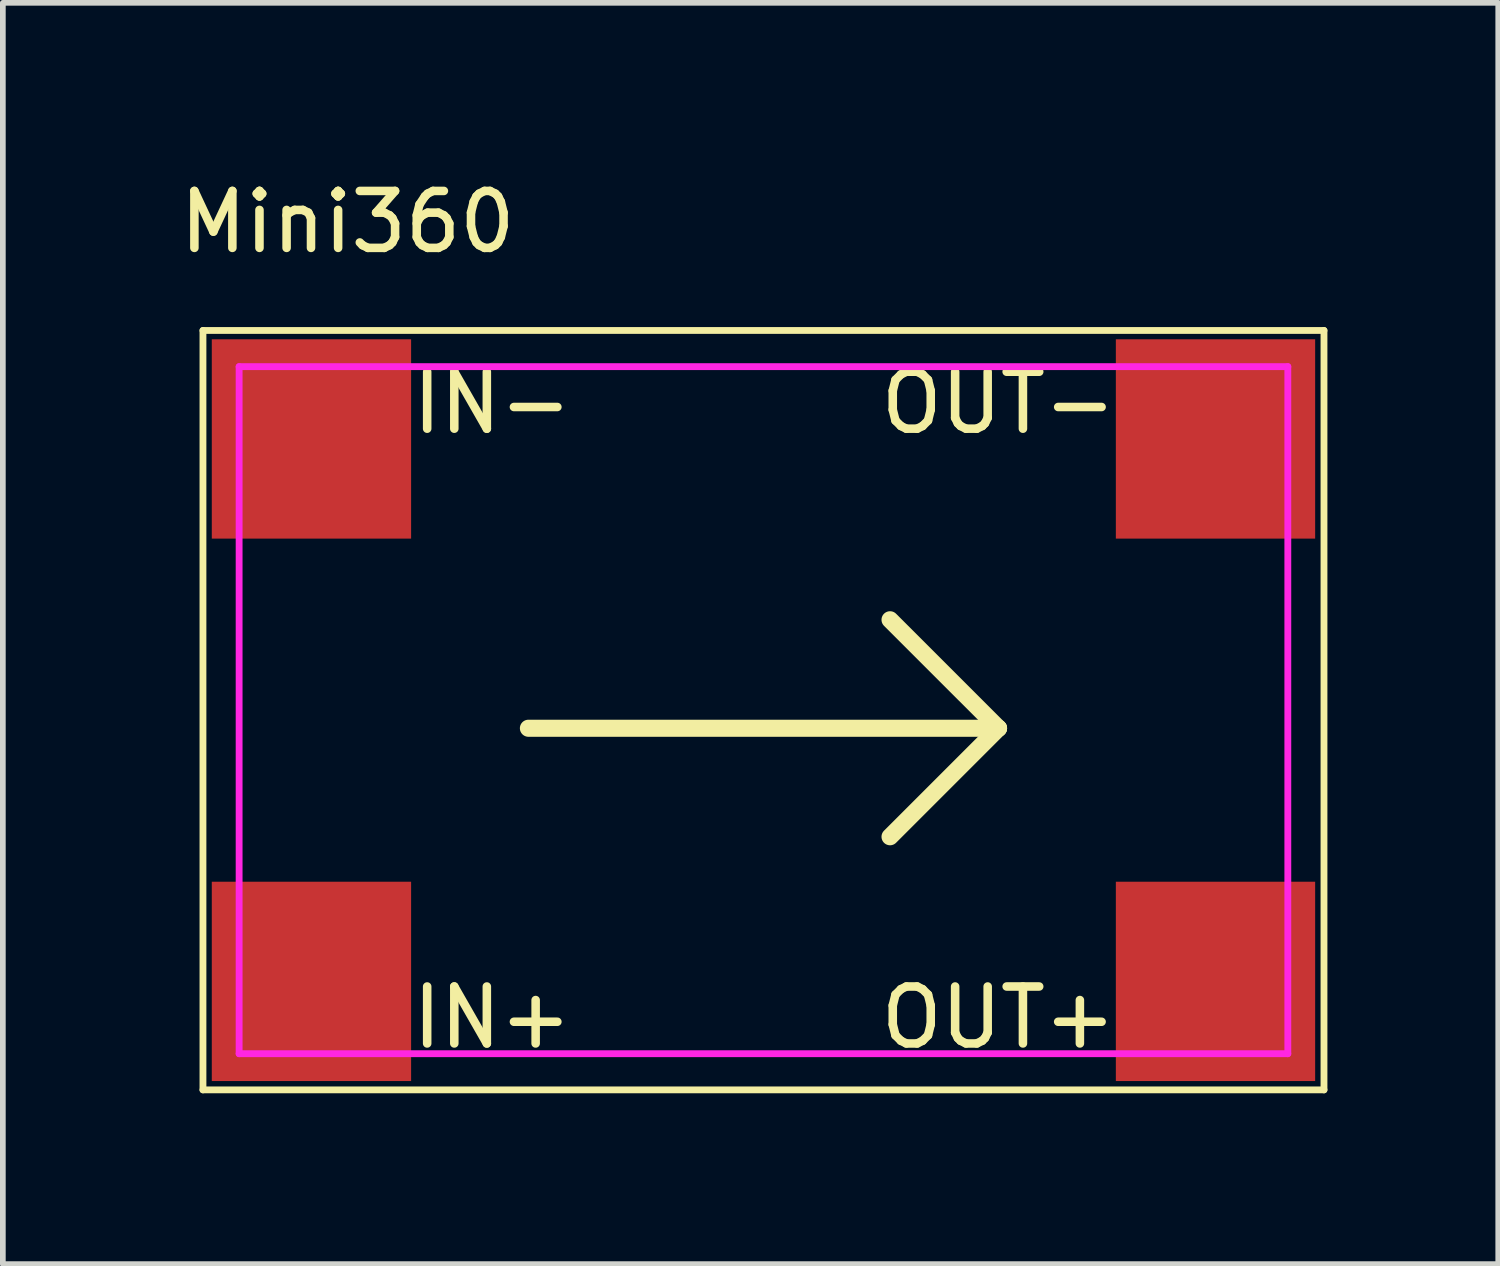
<source format=kicad_pcb>
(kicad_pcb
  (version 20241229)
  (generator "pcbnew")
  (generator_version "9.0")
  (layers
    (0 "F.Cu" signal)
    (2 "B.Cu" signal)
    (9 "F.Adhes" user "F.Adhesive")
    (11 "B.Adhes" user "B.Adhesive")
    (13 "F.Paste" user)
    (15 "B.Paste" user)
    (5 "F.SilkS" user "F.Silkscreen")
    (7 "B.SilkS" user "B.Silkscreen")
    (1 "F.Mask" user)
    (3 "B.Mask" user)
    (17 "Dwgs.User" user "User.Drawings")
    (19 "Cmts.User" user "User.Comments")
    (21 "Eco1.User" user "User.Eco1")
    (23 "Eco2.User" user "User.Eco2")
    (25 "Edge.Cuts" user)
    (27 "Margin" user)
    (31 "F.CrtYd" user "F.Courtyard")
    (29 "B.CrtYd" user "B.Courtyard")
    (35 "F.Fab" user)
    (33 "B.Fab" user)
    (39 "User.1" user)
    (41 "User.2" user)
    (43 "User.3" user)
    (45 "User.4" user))
  (footprint "Mini360"
    (layer "F.Cu")
    (at 1.149 3.388)
    (property "Reference" "Mini360" (at 1.905 -2.54 0) (layer "F.SilkS") (effects (font (size 1 1) (thickness 0.15))))
    (attr through_hole)
    (fp_line (start -0.635 -0.635) (end -0.635 12.7) (stroke (width 0.12) (type solid)) (layer "F.SilkS"))
    (fp_line (start -0.635 -0.635) (end 19.05 -0.635) (stroke (width 0.12) (type solid)) (layer "F.SilkS"))
    (fp_line (start 5.08 6.35) (end 13.335 6.35) (stroke (width 0.3) (type solid)) (layer "F.SilkS"))
    (fp_line (start 11.43 4.445) (end 13.335 6.35) (stroke (width 0.12) (type solid)) (layer "F.SilkS"))
    (fp_line (start 13.335 6.35) (end 11.43 4.445) (stroke (width 0.3) (type solid)) (layer "F.SilkS"))
    (fp_line (start 13.335 6.35) (end 11.43 8.255) (stroke (width 0.3) (type solid)) (layer "F.SilkS"))
    (fp_line (start 19.05 -0.635) (end 19.05 12.7) (stroke (width 0.12) (type solid)) (layer "F.SilkS"))
    (fp_line (start 19.05 12.7) (end -0.635 12.7) (stroke (width 0.12) (type solid)) (layer "F.SilkS"))
    (fp_line (start 0 0) (end 0 12.065) (stroke (width 0.12) (type solid)) (layer "F.CrtYd"))
    (fp_line (start 0 12.065) (end 18.415 12.065) (stroke (width 0.12) (type solid)) (layer "F.CrtYd"))
    (fp_line (start 18.415 0) (end 0 0) (stroke (width 0.12) (type solid)) (layer "F.CrtYd"))
    (fp_line (start 18.415 12.065) (end 18.415 0) (stroke (width 0.12) (type solid)) (layer "F.CrtYd"))
    (fp_text user "OUT+" (at 13.335 11.43 0) (layer "F.SilkS") (effects (font (size 1 1) (thickness 0.15))))
    (fp_text user "IN-" (at 4.445 0.635 0) (layer "F.SilkS") (effects (font (size 1 1) (thickness 0.15))))
    (fp_text user "IN+" (at 4.445 11.43 0) (layer "F.SilkS") (effects (font (size 1 1) (thickness 0.15))))
    (fp_text user "OUT-" (at 13.335 0.635 0) (layer "F.SilkS") (effects (font (size 1 1) (thickness 0.15))))
    (pad "1" smd rect (at 1.27 10.795) (size 3.5 3.5) (layers "F.Cu" "F.Mask" "F.Paste"))
    (pad "2" smd rect (at 1.27 1.27) (size 3.5 3.5) (layers "F.Cu" "F.Mask" "F.Paste"))
    (pad "2" smd rect (at 17.145 1.27) (size 3.5 3.5) (layers "F.Cu" "F.Mask" "F.Paste"))
    (pad "3" smd rect (at 17.145 10.795) (size 3.5 3.5) (layers "F.Cu" "F.Mask" "F.Paste")))
  (gr_rect
    (start -3 -3)
    (end 23.259 19.148)
    (stroke (width 0.1) (type default))
    (fill no)
    (layer "Edge.Cuts")))
</source>
